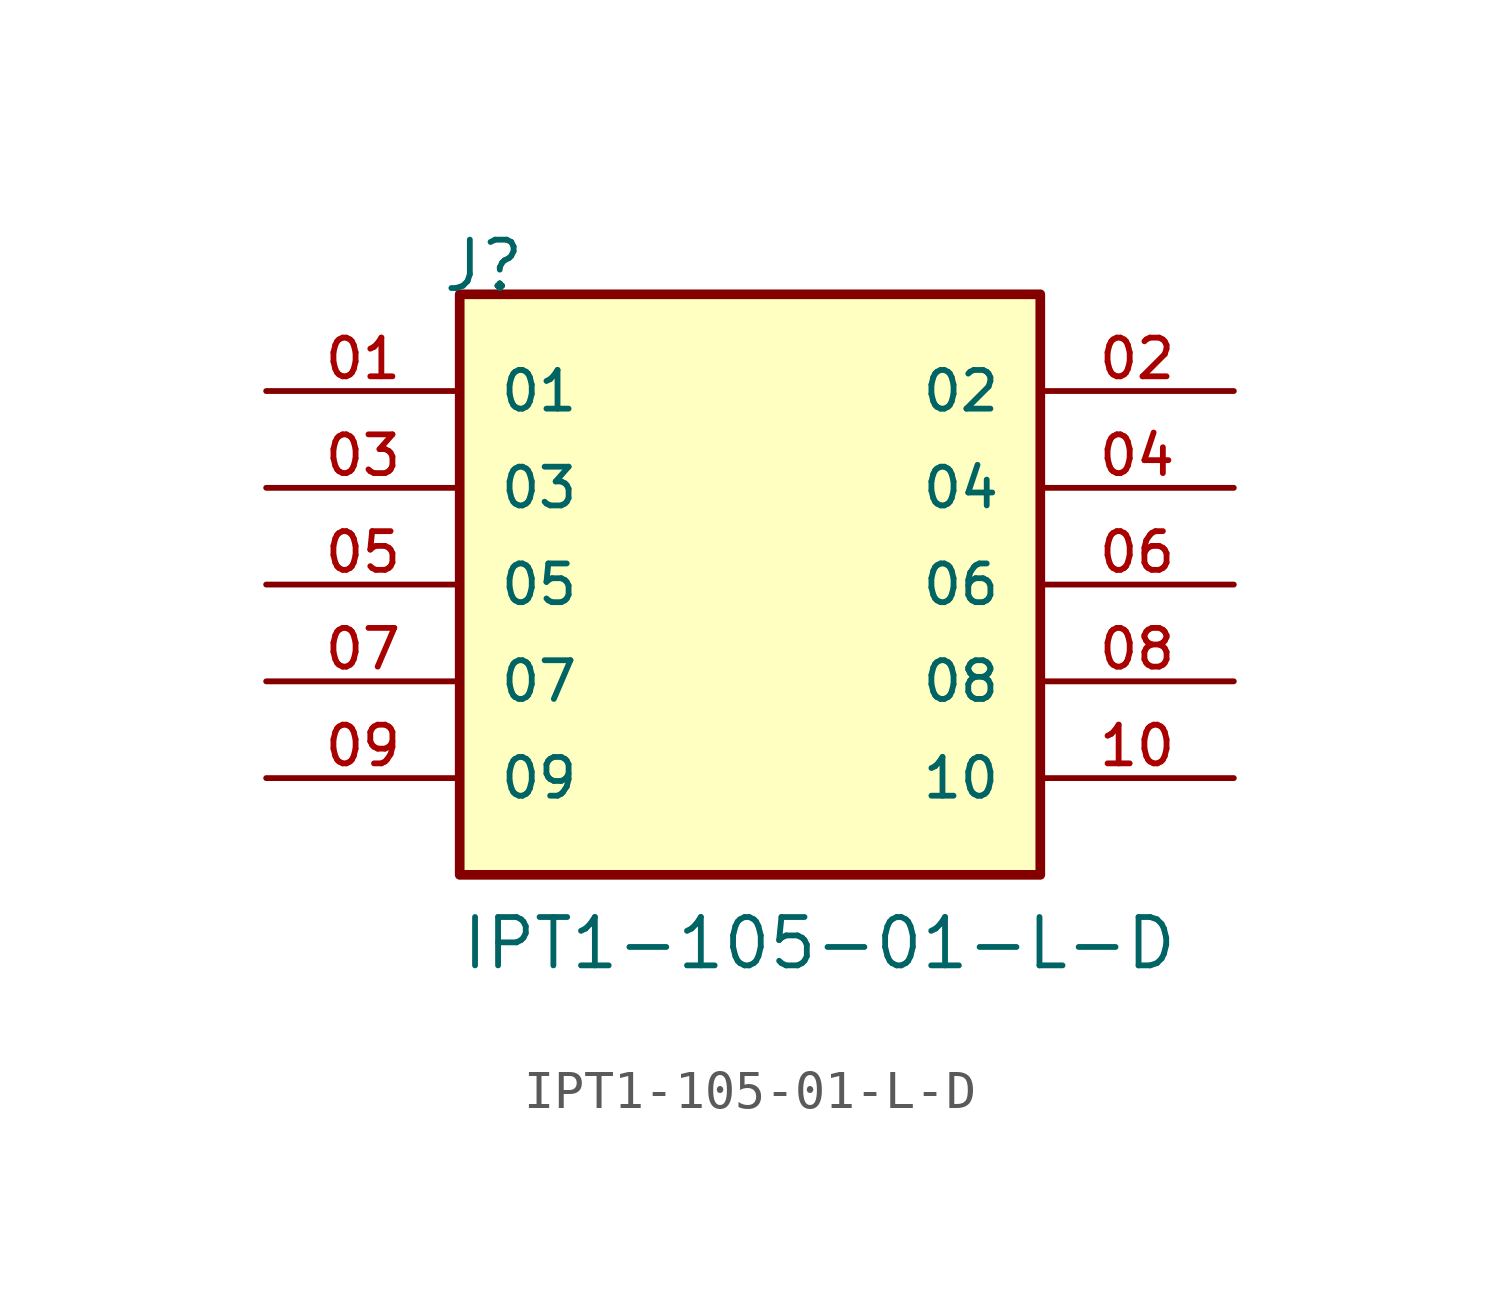
<source format=kicad_sym>
(kicad_symbol_lib
  (version 20211014)
  (generator kicad_symbol_editor)
  (symbol "IPT1-105-01-L-D"
    (pin_names
      (offset 1.016))
    (property "Reference" "J"
      (at -8.12 7.62 0)
      (effects (font (size 1.27 1.27)) (justify bottom left)))
    (property "Value" "IPT1-105-01-L-D"
      (at -7.62 -10.16 0)
      (effects (font (size 1.27 1.27)) (justify bottom left)))
    (symbol "IPT1-105-01-L-D_0_0"
      (rectangle (start -7.62 -7.62) (end 7.62 7.62) (stroke (width 0.254)) (fill (type background)))
      (pin passive line (at -12.7 5.08 0) (length 5.08) (name "01" (effects (font (size 1.016 1.016)))) (number "01" (effects (font (size 1.016 1.016)))))
      (pin passive line (at 12.7 5.08 180.0) (length 5.08) (name "02" (effects (font (size 1.016 1.016)))) (number "02" (effects (font (size 1.016 1.016)))))
      (pin passive line (at -12.7 2.54 0) (length 5.08) (name "03" (effects (font (size 1.016 1.016)))) (number "03" (effects (font (size 1.016 1.016)))))
      (pin passive line (at 12.7 2.54 180.0) (length 5.08) (name "04" (effects (font (size 1.016 1.016)))) (number "04" (effects (font (size 1.016 1.016)))))
      (pin passive line (at -12.7 0.0 0) (length 5.08) (name "05" (effects (font (size 1.016 1.016)))) (number "05" (effects (font (size 1.016 1.016)))))
      (pin passive line (at 12.7 0.0 180.0) (length 5.08) (name "06" (effects (font (size 1.016 1.016)))) (number "06" (effects (font (size 1.016 1.016)))))
      (pin passive line (at -12.7 -2.54 0) (length 5.08) (name "07" (effects (font (size 1.016 1.016)))) (number "07" (effects (font (size 1.016 1.016)))))
      (pin passive line (at 12.7 -2.54 180.0) (length 5.08) (name "08" (effects (font (size 1.016 1.016)))) (number "08" (effects (font (size 1.016 1.016)))))
      (pin passive line (at -12.7 -5.08 0) (length 5.08) (name "09" (effects (font (size 1.016 1.016)))) (number "09" (effects (font (size 1.016 1.016)))))
      (pin passive line (at 12.7 -5.08 180.0) (length 5.08) (name "10" (effects (font (size 1.016 1.016)))) (number "10" (effects (font (size 1.016 1.016))))))))
</source>
